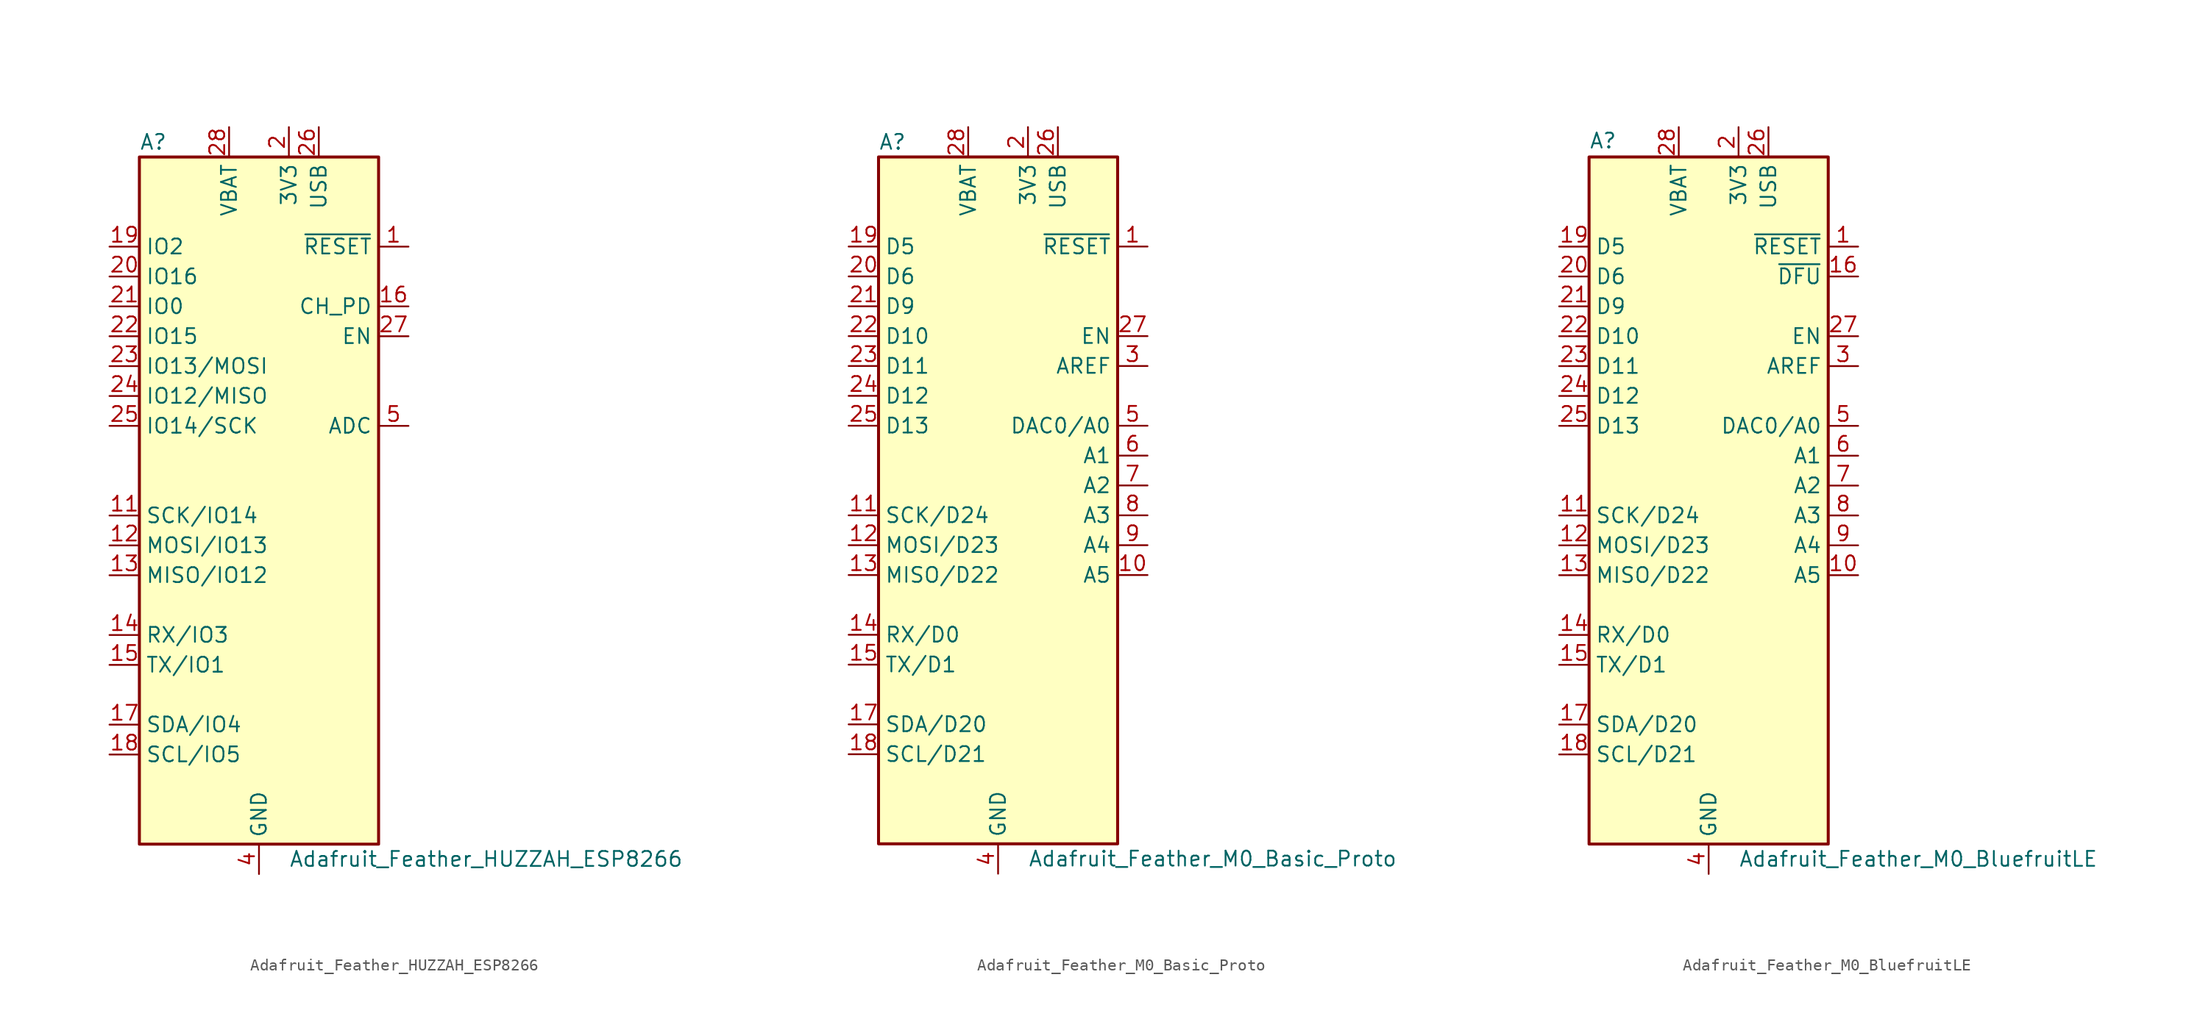
<source format=kicad_sym>
(kicad_symbol_lib
  (version 20201005)
  (generator kicad_symbol_editor)
  (symbol "MCU_Module:Adafruit_Feather_HUZZAH_ESP8266"
    (property "Reference" "A"
      (at -10.16 29.21 0)
      (effects (font (size 1.27 1.27)) (justify left)))
    (property "Value" "Adafruit_Feather_HUZZAH_ESP8266"
      (at 2.54 -31.75 0)
      (effects (font (size 1.27 1.27)) (justify left)))
    (symbol "Adafruit_Feather_HUZZAH_ESP8266_0_1"
      (rectangle (start -10.16 27.94) (end 10.16 -30.48) (stroke (width 0.254)) (fill (type background))))
    (symbol "Adafruit_Feather_HUZZAH_ESP8266_1_1"
      (pin input line (at 12.7 20.32 180) (length 2.54) (name "~RESET" (effects (font (size 1.27 1.27)))) (number "1" (effects (font (size 1.27 1.27)))))
      (pin no_connect line (at 10.16 -7.62 180) (length 2.54) hide (name "NC" (effects (font (size 1.27 1.27)))) (number "10" (effects (font (size 1.27 1.27)))))
      (pin bidirectional line (at -12.7 -2.54 0) (length 2.54) (name "SCK/IO14" (effects (font (size 1.27 1.27)))) (number "11" (effects (font (size 1.27 1.27)))))
      (pin bidirectional line (at -12.7 -5.08 0) (length 2.54) (name "MOSI/IO13" (effects (font (size 1.27 1.27)))) (number "12" (effects (font (size 1.27 1.27)))))
      (pin bidirectional line (at -12.7 -7.62 0) (length 2.54) (name "MISO/IO12" (effects (font (size 1.27 1.27)))) (number "13" (effects (font (size 1.27 1.27)))))
      (pin bidirectional line (at -12.7 -12.7 0) (length 2.54) (name "RX/IO3" (effects (font (size 1.27 1.27)))) (number "14" (effects (font (size 1.27 1.27)))))
      (pin bidirectional line (at -12.7 -15.24 0) (length 2.54) (name "TX/IO1" (effects (font (size 1.27 1.27)))) (number "15" (effects (font (size 1.27 1.27)))))
      (pin bidirectional line (at 12.7 15.24 180) (length 2.54) (name "CH_PD" (effects (font (size 1.27 1.27)))) (number "16" (effects (font (size 1.27 1.27)))))
      (pin bidirectional line (at -12.7 -20.32 0) (length 2.54) (name "SDA/IO4" (effects (font (size 1.27 1.27)))) (number "17" (effects (font (size 1.27 1.27)))))
      (pin bidirectional line (at -12.7 -22.86 0) (length 2.54) (name "SCL/IO5" (effects (font (size 1.27 1.27)))) (number "18" (effects (font (size 1.27 1.27)))))
      (pin bidirectional line (at -12.7 20.32 0) (length 2.54) (name "IO2" (effects (font (size 1.27 1.27)))) (number "19" (effects (font (size 1.27 1.27)))))
      (pin power_in line (at 2.54 30.48 270) (length 2.54) (name "3V3" (effects (font (size 1.27 1.27)))) (number "2" (effects (font (size 1.27 1.27)))))
      (pin bidirectional line (at -12.7 17.78 0) (length 2.54) (name "IO16" (effects (font (size 1.27 1.27)))) (number "20" (effects (font (size 1.27 1.27)))))
      (pin bidirectional line (at -12.7 15.24 0) (length 2.54) (name "IO0" (effects (font (size 1.27 1.27)))) (number "21" (effects (font (size 1.27 1.27)))))
      (pin bidirectional line (at -12.7 12.7 0) (length 2.54) (name "IO15" (effects (font (size 1.27 1.27)))) (number "22" (effects (font (size 1.27 1.27)))))
      (pin bidirectional line (at -12.7 10.16 0) (length 2.54) (name "IO13/MOSI" (effects (font (size 1.27 1.27)))) (number "23" (effects (font (size 1.27 1.27)))))
      (pin bidirectional line (at -12.7 7.62 0) (length 2.54) (name "IO12/MISO" (effects (font (size 1.27 1.27)))) (number "24" (effects (font (size 1.27 1.27)))))
      (pin bidirectional line (at -12.7 5.08 0) (length 2.54) (name "IO14/SCK" (effects (font (size 1.27 1.27)))) (number "25" (effects (font (size 1.27 1.27)))))
      (pin power_in line (at 5.08 30.48 270) (length 2.54) (name "USB" (effects (font (size 1.27 1.27)))) (number "26" (effects (font (size 1.27 1.27)))))
      (pin input line (at 12.7 12.7 180) (length 2.54) (name "EN" (effects (font (size 1.27 1.27)))) (number "27" (effects (font (size 1.27 1.27)))))
      (pin power_in line (at -2.54 30.48 270) (length 2.54) (name "VBAT" (effects (font (size 1.27 1.27)))) (number "28" (effects (font (size 1.27 1.27)))))
      (pin no_connect line (at 10.16 10.16 180) (length 2.54) hide (name "NC" (effects (font (size 1.27 1.27)))) (number "3" (effects (font (size 1.27 1.27)))))
      (pin power_in line (at 0 -33.02 90) (length 2.54) (name "GND" (effects (font (size 1.27 1.27)))) (number "4" (effects (font (size 1.27 1.27)))))
      (pin bidirectional line (at 12.7 5.08 180) (length 2.54) (name "ADC" (effects (font (size 1.27 1.27)))) (number "5" (effects (font (size 1.27 1.27)))))
      (pin no_connect line (at 10.16 2.54 180) (length 2.54) hide (name "NC" (effects (font (size 1.27 1.27)))) (number "6" (effects (font (size 1.27 1.27)))))
      (pin no_connect line (at 10.16 0 180) (length 2.54) hide (name "NC" (effects (font (size 1.27 1.27)))) (number "7" (effects (font (size 1.27 1.27)))))
      (pin no_connect line (at 10.16 -2.54 180) (length 2.54) hide (name "NC" (effects (font (size 1.27 1.27)))) (number "8" (effects (font (size 1.27 1.27)))))
      (pin no_connect line (at 10.16 -5.08 180) (length 2.54) hide (name "NC" (effects (font (size 1.27 1.27)))) (number "9" (effects (font (size 1.27 1.27)))))))
  (symbol "MCU_Module:Adafruit_Feather_M0_Basic_Proto"
    (property "Reference" "A"
      (at -10.16 29.21 0)
      (effects (font (size 1.27 1.27)) (justify left)))
    (property "Value" "Adafruit_Feather_M0_Basic_Proto"
      (at 2.54 -31.75 0)
      (effects (font (size 1.27 1.27)) (justify left)))
    (symbol "Adafruit_Feather_M0_Basic_Proto_0_1"
      (rectangle (start -10.16 27.94) (end 10.16 -30.48) (stroke (width 0.254)) (fill (type background))))
    (symbol "Adafruit_Feather_M0_Basic_Proto_1_1"
      (pin input line (at 12.7 20.32 180) (length 2.54) (name "~RESET" (effects (font (size 1.27 1.27)))) (number "1" (effects (font (size 1.27 1.27)))))
      (pin bidirectional line (at 12.7 -7.62 180) (length 2.54) (name "A5" (effects (font (size 1.27 1.27)))) (number "10" (effects (font (size 1.27 1.27)))))
      (pin bidirectional line (at -12.7 -2.54 0) (length 2.54) (name "SCK/D24" (effects (font (size 1.27 1.27)))) (number "11" (effects (font (size 1.27 1.27)))))
      (pin bidirectional line (at -12.7 -5.08 0) (length 2.54) (name "MOSI/D23" (effects (font (size 1.27 1.27)))) (number "12" (effects (font (size 1.27 1.27)))))
      (pin bidirectional line (at -12.7 -7.62 0) (length 2.54) (name "MISO/D22" (effects (font (size 1.27 1.27)))) (number "13" (effects (font (size 1.27 1.27)))))
      (pin bidirectional line (at -12.7 -12.7 0) (length 2.54) (name "RX/D0" (effects (font (size 1.27 1.27)))) (number "14" (effects (font (size 1.27 1.27)))))
      (pin bidirectional line (at -12.7 -15.24 0) (length 2.54) (name "TX/D1" (effects (font (size 1.27 1.27)))) (number "15" (effects (font (size 1.27 1.27)))))
      (pin passive line (at 0 -33.02 90) (length 2.54) hide (name "GND" (effects (font (size 1.27 1.27)))) (number "16" (effects (font (size 1.27 1.27)))))
      (pin bidirectional line (at -12.7 -20.32 0) (length 2.54) (name "SDA/D20" (effects (font (size 1.27 1.27)))) (number "17" (effects (font (size 1.27 1.27)))))
      (pin bidirectional line (at -12.7 -22.86 0) (length 2.54) (name "SCL/D21" (effects (font (size 1.27 1.27)))) (number "18" (effects (font (size 1.27 1.27)))))
      (pin bidirectional line (at -12.7 20.32 0) (length 2.54) (name "D5" (effects (font (size 1.27 1.27)))) (number "19" (effects (font (size 1.27 1.27)))))
      (pin power_in line (at 2.54 30.48 270) (length 2.54) (name "3V3" (effects (font (size 1.27 1.27)))) (number "2" (effects (font (size 1.27 1.27)))))
      (pin bidirectional line (at -12.7 17.78 0) (length 2.54) (name "D6" (effects (font (size 1.27 1.27)))) (number "20" (effects (font (size 1.27 1.27)))))
      (pin bidirectional line (at -12.7 15.24 0) (length 2.54) (name "D9" (effects (font (size 1.27 1.27)))) (number "21" (effects (font (size 1.27 1.27)))))
      (pin bidirectional line (at -12.7 12.7 0) (length 2.54) (name "D10" (effects (font (size 1.27 1.27)))) (number "22" (effects (font (size 1.27 1.27)))))
      (pin bidirectional line (at -12.7 10.16 0) (length 2.54) (name "D11" (effects (font (size 1.27 1.27)))) (number "23" (effects (font (size 1.27 1.27)))))
      (pin bidirectional line (at -12.7 7.62 0) (length 2.54) (name "D12" (effects (font (size 1.27 1.27)))) (number "24" (effects (font (size 1.27 1.27)))))
      (pin bidirectional line (at -12.7 5.08 0) (length 2.54) (name "D13" (effects (font (size 1.27 1.27)))) (number "25" (effects (font (size 1.27 1.27)))))
      (pin power_in line (at 5.08 30.48 270) (length 2.54) (name "USB" (effects (font (size 1.27 1.27)))) (number "26" (effects (font (size 1.27 1.27)))))
      (pin input line (at 12.7 12.7 180) (length 2.54) (name "EN" (effects (font (size 1.27 1.27)))) (number "27" (effects (font (size 1.27 1.27)))))
      (pin power_in line (at -2.54 30.48 270) (length 2.54) (name "VBAT" (effects (font (size 1.27 1.27)))) (number "28" (effects (font (size 1.27 1.27)))))
      (pin input line (at 12.7 10.16 180) (length 2.54) (name "AREF" (effects (font (size 1.27 1.27)))) (number "3" (effects (font (size 1.27 1.27)))))
      (pin power_in line (at 0 -33.02 90) (length 2.54) (name "GND" (effects (font (size 1.27 1.27)))) (number "4" (effects (font (size 1.27 1.27)))))
      (pin bidirectional line (at 12.7 5.08 180) (length 2.54) (name "DAC0/A0" (effects (font (size 1.27 1.27)))) (number "5" (effects (font (size 1.27 1.27)))))
      (pin bidirectional line (at 12.7 2.54 180) (length 2.54) (name "A1" (effects (font (size 1.27 1.27)))) (number "6" (effects (font (size 1.27 1.27)))))
      (pin bidirectional line (at 12.7 0 180) (length 2.54) (name "A2" (effects (font (size 1.27 1.27)))) (number "7" (effects (font (size 1.27 1.27)))))
      (pin bidirectional line (at 12.7 -2.54 180) (length 2.54) (name "A3" (effects (font (size 1.27 1.27)))) (number "8" (effects (font (size 1.27 1.27)))))
      (pin bidirectional line (at 12.7 -5.08 180) (length 2.54) (name "A4" (effects (font (size 1.27 1.27)))) (number "9" (effects (font (size 1.27 1.27)))))))
  (symbol "MCU_Module:Adafruit_Feather_M0_BluefruitLE"
    (property "Reference" "A"
      (at -10.16 28.575 0)
      (effects (font (size 1.27 1.27)) (justify left bottom)))
    (property "Value" "Adafruit_Feather_M0_BluefruitLE"
      (at 2.54 -31.75 0)
      (effects (font (size 1.27 1.27)) (justify left)))
    (symbol "Adafruit_Feather_M0_BluefruitLE_0_1"
      (rectangle (start -10.16 27.94) (end 10.16 -30.48) (stroke (width 0.254)) (fill (type background))))
    (symbol "Adafruit_Feather_M0_BluefruitLE_1_1"
      (pin input line (at 12.7 20.32 180) (length 2.54) (name "~RESET" (effects (font (size 1.27 1.27)))) (number "1" (effects (font (size 1.27 1.27)))))
      (pin bidirectional line (at 12.7 -7.62 180) (length 2.54) (name "A5" (effects (font (size 1.27 1.27)))) (number "10" (effects (font (size 1.27 1.27)))))
      (pin bidirectional line (at -12.7 -2.54 0) (length 2.54) (name "SCK/D24" (effects (font (size 1.27 1.27)))) (number "11" (effects (font (size 1.27 1.27)))))
      (pin bidirectional line (at -12.7 -5.08 0) (length 2.54) (name "MOSI/D23" (effects (font (size 1.27 1.27)))) (number "12" (effects (font (size 1.27 1.27)))))
      (pin bidirectional line (at -12.7 -7.62 0) (length 2.54) (name "MISO/D22" (effects (font (size 1.27 1.27)))) (number "13" (effects (font (size 1.27 1.27)))))
      (pin bidirectional line (at -12.7 -12.7 0) (length 2.54) (name "RX/D0" (effects (font (size 1.27 1.27)))) (number "14" (effects (font (size 1.27 1.27)))))
      (pin bidirectional line (at -12.7 -15.24 0) (length 2.54) (name "TX/D1" (effects (font (size 1.27 1.27)))) (number "15" (effects (font (size 1.27 1.27)))))
      (pin input line (at 12.7 17.78 180) (length 2.54) (name "~DFU" (effects (font (size 1.27 1.27)))) (number "16" (effects (font (size 1.27 1.27)))))
      (pin bidirectional line (at -12.7 -20.32 0) (length 2.54) (name "SDA/D20" (effects (font (size 1.27 1.27)))) (number "17" (effects (font (size 1.27 1.27)))))
      (pin bidirectional line (at -12.7 -22.86 0) (length 2.54) (name "SCL/D21" (effects (font (size 1.27 1.27)))) (number "18" (effects (font (size 1.27 1.27)))))
      (pin bidirectional line (at -12.7 20.32 0) (length 2.54) (name "D5" (effects (font (size 1.27 1.27)))) (number "19" (effects (font (size 1.27 1.27)))))
      (pin power_in line (at 2.54 30.48 270) (length 2.54) (name "3V3" (effects (font (size 1.27 1.27)))) (number "2" (effects (font (size 1.27 1.27)))))
      (pin bidirectional line (at -12.7 17.78 0) (length 2.54) (name "D6" (effects (font (size 1.27 1.27)))) (number "20" (effects (font (size 1.27 1.27)))))
      (pin bidirectional line (at -12.7 15.24 0) (length 2.54) (name "D9" (effects (font (size 1.27 1.27)))) (number "21" (effects (font (size 1.27 1.27)))))
      (pin bidirectional line (at -12.7 12.7 0) (length 2.54) (name "D10" (effects (font (size 1.27 1.27)))) (number "22" (effects (font (size 1.27 1.27)))))
      (pin bidirectional line (at -12.7 10.16 0) (length 2.54) (name "D11" (effects (font (size 1.27 1.27)))) (number "23" (effects (font (size 1.27 1.27)))))
      (pin bidirectional line (at -12.7 7.62 0) (length 2.54) (name "D12" (effects (font (size 1.27 1.27)))) (number "24" (effects (font (size 1.27 1.27)))))
      (pin bidirectional line (at -12.7 5.08 0) (length 2.54) (name "D13" (effects (font (size 1.27 1.27)))) (number "25" (effects (font (size 1.27 1.27)))))
      (pin power_in line (at 5.08 30.48 270) (length 2.54) (name "USB" (effects (font (size 1.27 1.27)))) (number "26" (effects (font (size 1.27 1.27)))))
      (pin input line (at 12.7 12.7 180) (length 2.54) (name "EN" (effects (font (size 1.27 1.27)))) (number "27" (effects (font (size 1.27 1.27)))))
      (pin power_in line (at -2.54 30.48 270) (length 2.54) (name "VBAT" (effects (font (size 1.27 1.27)))) (number "28" (effects (font (size 1.27 1.27)))))
      (pin input line (at 12.7 10.16 180) (length 2.54) (name "AREF" (effects (font (size 1.27 1.27)))) (number "3" (effects (font (size 1.27 1.27)))))
      (pin power_in line (at 0 -33.02 90) (length 2.54) (name "GND" (effects (font (size 1.27 1.27)))) (number "4" (effects (font (size 1.27 1.27)))))
      (pin bidirectional line (at 12.7 5.08 180) (length 2.54) (name "DAC0/A0" (effects (font (size 1.27 1.27)))) (number "5" (effects (font (size 1.27 1.27)))))
      (pin bidirectional line (at 12.7 2.54 180) (length 2.54) (name "A1" (effects (font (size 1.27 1.27)))) (number "6" (effects (font (size 1.27 1.27)))))
      (pin bidirectional line (at 12.7 0 180) (length 2.54) (name "A2" (effects (font (size 1.27 1.27)))) (number "7" (effects (font (size 1.27 1.27)))))
      (pin bidirectional line (at 12.7 -2.54 180) (length 2.54) (name "A3" (effects (font (size 1.27 1.27)))) (number "8" (effects (font (size 1.27 1.27)))))
      (pin bidirectional line (at 12.7 -5.08 180) (length 2.54) (name "A4" (effects (font (size 1.27 1.27)))) (number "9" (effects (font (size 1.27 1.27))))))))
</source>
